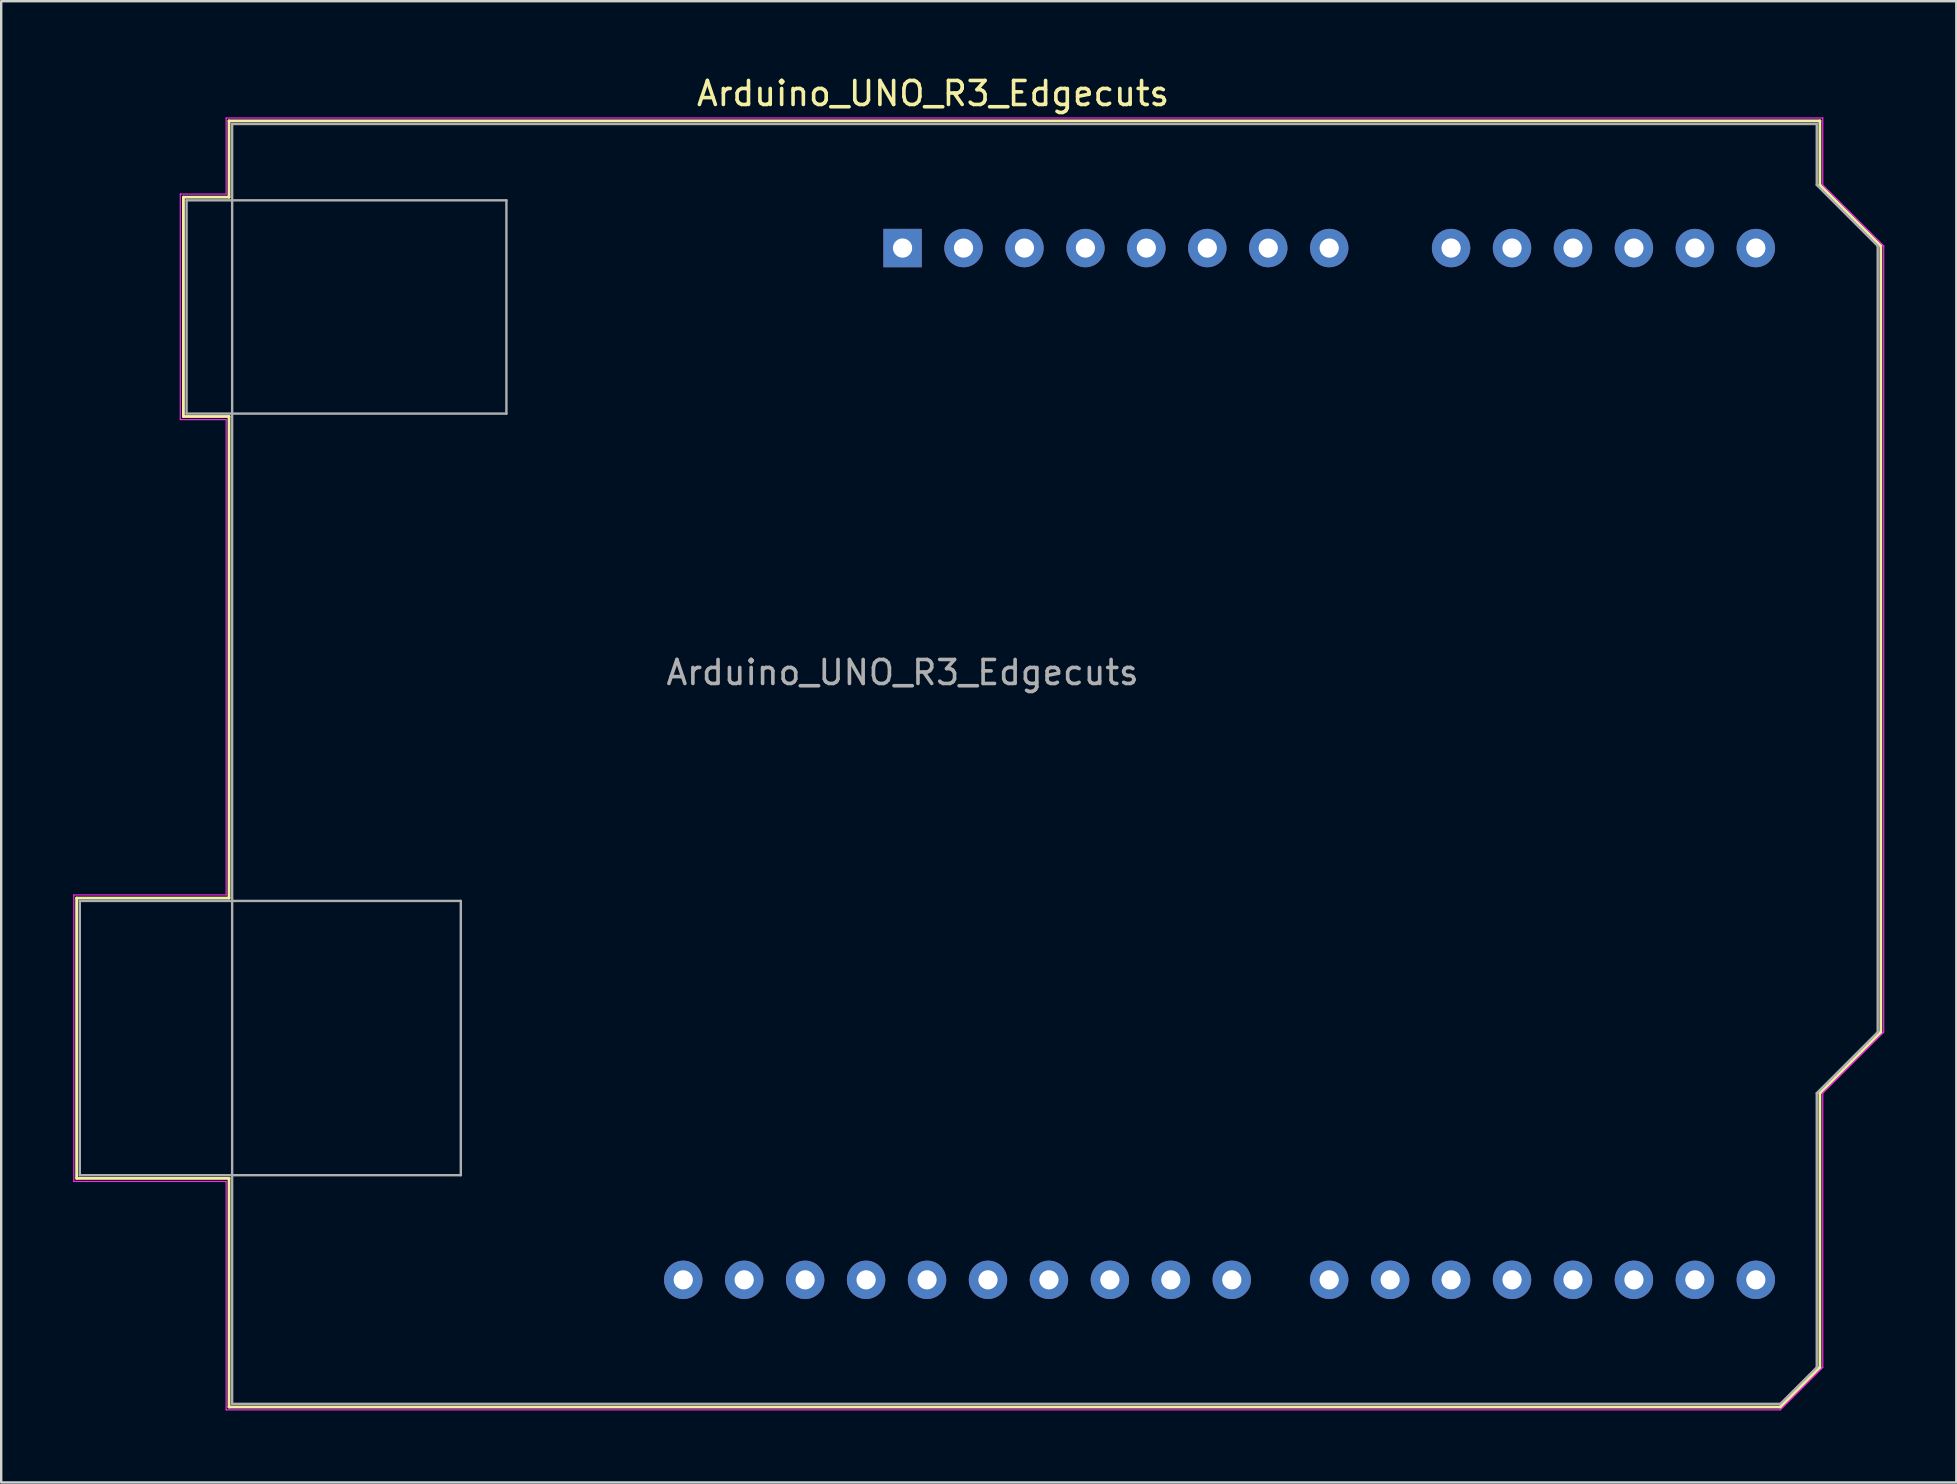
<source format=kicad_pcb>
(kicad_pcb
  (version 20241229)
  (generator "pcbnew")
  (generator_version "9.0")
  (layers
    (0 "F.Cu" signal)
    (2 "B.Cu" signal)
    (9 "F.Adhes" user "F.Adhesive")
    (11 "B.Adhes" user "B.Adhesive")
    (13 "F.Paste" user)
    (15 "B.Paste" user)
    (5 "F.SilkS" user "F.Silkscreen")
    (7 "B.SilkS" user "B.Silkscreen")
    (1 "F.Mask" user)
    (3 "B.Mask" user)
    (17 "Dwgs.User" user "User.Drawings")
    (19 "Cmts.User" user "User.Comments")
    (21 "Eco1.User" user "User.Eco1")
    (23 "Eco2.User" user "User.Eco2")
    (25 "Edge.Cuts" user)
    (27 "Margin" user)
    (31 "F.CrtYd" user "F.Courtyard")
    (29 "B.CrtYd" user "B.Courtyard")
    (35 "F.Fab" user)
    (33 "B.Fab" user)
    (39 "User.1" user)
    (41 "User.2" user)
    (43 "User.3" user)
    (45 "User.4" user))
  (footprint "Arduino_UNO_R3_Edgecuts"
    (layer "F.Cu")
    (at 34.565 4.658)
    (property "Reference" "Arduino_UNO_R3_Edgecuts" (at 1.27 -3.81 180) (layer "F.SilkS") (effects (font (size 1 1) (thickness 0.15))))
    (attr through_hole)
    (fp_line (start -34.42 29.72) (end -34.42 41.4) (stroke (width 0.12) (type solid)) (layer "F.SilkS"))
    (fp_line (start -34.42 41.4) (end -28.07 41.4) (stroke (width 0.12) (type solid)) (layer "F.SilkS"))
    (fp_line (start -29.97 0.51) (end -29.97 9.65) (stroke (width 0.12) (type solid)) (layer "F.SilkS"))
    (fp_line (start -29.97 9.65) (end -28.07 9.65) (stroke (width 0.12) (type solid)) (layer "F.SilkS"))
    (fp_line (start -28.07 -2.67) (end -28.07 0.51) (stroke (width 0.12) (type solid)) (layer "F.SilkS"))
    (fp_line (start -28.07 0.51) (end -29.97 0.51) (stroke (width 0.12) (type solid)) (layer "F.SilkS"))
    (fp_line (start -28.07 9.65) (end -28.07 29.72) (stroke (width 0.12) (type solid)) (layer "F.SilkS"))
    (fp_line (start -28.07 29.72) (end -34.42 29.72) (stroke (width 0.12) (type solid)) (layer "F.SilkS"))
    (fp_line (start -28.07 41.4) (end -28.07 50.93) (stroke (width 0.12) (type solid)) (layer "F.SilkS"))
    (fp_line (start -28.07 50.93) (end 36.58 50.93) (stroke (width 0.12) (type solid)) (layer "F.SilkS"))
    (fp_line (start 36.58 50.93) (end 38.23 49.28) (stroke (width 0.12) (type solid)) (layer "F.SilkS"))
    (fp_line (start 38.23 -2.67) (end -28.07 -2.67) (stroke (width 0.12) (type solid)) (layer "F.SilkS"))
    (fp_line (start 38.23 0) (end 38.23 -2.67) (stroke (width 0.12) (type solid)) (layer "F.SilkS"))
    (fp_line (start 38.23 37.85) (end 40.77 35.31) (stroke (width 0.12) (type solid)) (layer "F.SilkS"))
    (fp_line (start 38.23 49.28) (end 38.23 37.85) (stroke (width 0.12) (type solid)) (layer "F.SilkS"))
    (fp_line (start 40.77 2.54) (end 38.23 0) (stroke (width 0.12) (type solid)) (layer "F.SilkS"))
    (fp_line (start 40.77 35.31) (end 40.77 2.54) (stroke (width 0.12) (type solid)) (layer "F.SilkS"))
    (fp_line (start -34.54 29.59) (end -28.19 29.59) (stroke (width 0.05) (type solid)) (layer "F.CrtYd"))
    (fp_line (start -34.54 41.53) (end -34.54 29.59) (stroke (width 0.05) (type solid)) (layer "F.CrtYd"))
    (fp_line (start -30.1 0.38) (end -28.19 0.38) (stroke (width 0.05) (type solid)) (layer "F.CrtYd"))
    (fp_line (start -30.1 9.78) (end -30.1 0.38) (stroke (width 0.05) (type solid)) (layer "F.CrtYd"))
    (fp_line (start -28.19 -2.79) (end 38.35 -2.79) (stroke (width 0.05) (type solid)) (layer "F.CrtYd"))
    (fp_line (start -28.19 0.38) (end -28.19 -2.79) (stroke (width 0.05) (type solid)) (layer "F.CrtYd"))
    (fp_line (start -28.19 9.78) (end -30.1 9.78) (stroke (width 0.05) (type solid)) (layer "F.CrtYd"))
    (fp_line (start -28.19 29.59) (end -28.19 9.78) (stroke (width 0.05) (type solid)) (layer "F.CrtYd"))
    (fp_line (start -28.19 41.53) (end -34.54 41.53) (stroke (width 0.05) (type solid)) (layer "F.CrtYd"))
    (fp_line (start -28.19 51.05) (end -28.19 41.53) (stroke (width 0.05) (type solid)) (layer "F.CrtYd"))
    (fp_line (start 36.58 51.05) (end -28.19 51.05) (stroke (width 0.05) (type solid)) (layer "F.CrtYd"))
    (fp_line (start 38.35 -2.79) (end 38.35 0) (stroke (width 0.05) (type solid)) (layer "F.CrtYd"))
    (fp_line (start 38.35 0) (end 40.89 2.54) (stroke (width 0.05) (type solid)) (layer "F.CrtYd"))
    (fp_line (start 38.35 37.85) (end 38.35 49.28) (stroke (width 0.05) (type solid)) (layer "F.CrtYd"))
    (fp_line (start 38.35 49.28) (end 36.58 51.05) (stroke (width 0.05) (type solid)) (layer "F.CrtYd"))
    (fp_line (start 40.89 2.54) (end 40.89 35.31) (stroke (width 0.05) (type solid)) (layer "F.CrtYd"))
    (fp_line (start 40.89 35.31) (end 38.35 37.85) (stroke (width 0.05) (type solid)) (layer "F.CrtYd"))
    (fp_line (start -34.29 29.84) (end -18.41 29.84) (stroke (width 0.1) (type solid)) (layer "F.Fab"))
    (fp_line (start -34.29 41.27) (end -34.29 29.84) (stroke (width 0.1) (type solid)) (layer "F.Fab"))
    (fp_line (start -29.84 0.64) (end -16.51 0.64) (stroke (width 0.1) (type solid)) (layer "F.Fab"))
    (fp_line (start -29.84 9.53) (end -29.84 0.64) (stroke (width 0.1) (type solid)) (layer "F.Fab"))
    (fp_line (start -27.94 -2.54) (end 38.1 -2.54) (stroke (width 0.1) (type solid)) (layer "F.Fab"))
    (fp_line (start -27.94 50.8) (end -27.94 -2.54) (stroke (width 0.1) (type solid)) (layer "F.Fab"))
    (fp_line (start -18.41 29.84) (end -18.41 41.27) (stroke (width 0.1) (type solid)) (layer "F.Fab"))
    (fp_line (start -18.41 41.27) (end -34.29 41.27) (stroke (width 0.1) (type solid)) (layer "F.Fab"))
    (fp_line (start -16.51 0.64) (end -16.51 9.53) (stroke (width 0.1) (type solid)) (layer "F.Fab"))
    (fp_line (start -16.51 9.53) (end -29.84 9.53) (stroke (width 0.1) (type solid)) (layer "F.Fab"))
    (fp_line (start 36.58 50.8) (end -27.94 50.8) (stroke (width 0.1) (type solid)) (layer "F.Fab"))
    (fp_line (start 38.1 -2.54) (end 38.1 0) (stroke (width 0.1) (type solid)) (layer "F.Fab"))
    (fp_line (start 38.1 0) (end 40.64 2.54) (stroke (width 0.1) (type solid)) (layer "F.Fab"))
    (fp_line (start 38.1 37.85) (end 38.1 49.28) (stroke (width 0.1) (type solid)) (layer "F.Fab"))
    (fp_line (start 38.1 49.28) (end 36.58 50.8) (stroke (width 0.1) (type solid)) (layer "F.Fab"))
    (fp_line (start 40.64 2.54) (end 40.64 35.31) (stroke (width 0.1) (type solid)) (layer "F.Fab"))
    (fp_line (start 40.64 35.31) (end 38.1 37.85) (stroke (width 0.1) (type solid)) (layer "F.Fab"))
    (fp_text user "${REFERENCE}" (at 0 20.32 180) (layer "F.Fab") (effects (font (size 1 1) (thickness 0.15))))
    (pad "1" thru_hole rect (at 0 2.63 90) (size 1.6 1.6) (drill 0.8) (layers "*.Cu" "*.Mask"))
    (pad "2" thru_hole oval (at 2.54 2.63 90) (size 1.6 1.6) (drill 0.8) (layers "*.Cu" "*.Mask"))
    (pad "3" thru_hole oval (at 5.08 2.63 90) (size 1.6 1.6) (drill 0.8) (layers "*.Cu" "*.Mask"))
    (pad "4" thru_hole oval (at 7.62 2.63 90) (size 1.6 1.6) (drill 0.8) (layers "*.Cu" "*.Mask"))
    (pad "5" thru_hole oval (at 10.16 2.63 90) (size 1.6 1.6) (drill 0.8) (layers "*.Cu" "*.Mask"))
    (pad "6" thru_hole oval (at 12.7 2.63 90) (size 1.6 1.6) (drill 0.8) (layers "*.Cu" "*.Mask"))
    (pad "7" thru_hole oval (at 15.24 2.63 90) (size 1.6 1.6) (drill 0.8) (layers "*.Cu" "*.Mask"))
    (pad "8" thru_hole oval (at 17.78 2.63 90) (size 1.6 1.6) (drill 0.8) (layers "*.Cu" "*.Mask"))
    (pad "9" thru_hole oval (at 22.86 2.63 90) (size 1.6 1.6) (drill 0.8) (layers "*.Cu" "*.Mask"))
    (pad "10" thru_hole oval (at 25.4 2.63 90) (size 1.6 1.6) (drill 0.8) (layers "*.Cu" "*.Mask"))
    (pad "11" thru_hole oval (at 27.94 2.63 90) (size 1.6 1.6) (drill 0.8) (layers "*.Cu" "*.Mask"))
    (pad "12" thru_hole oval (at 30.48 2.63 90) (size 1.6 1.6) (drill 0.8) (layers "*.Cu" "*.Mask"))
    (pad "13" thru_hole oval (at 33.02 2.63 90) (size 1.6 1.6) (drill 0.8) (layers "*.Cu" "*.Mask"))
    (pad "14" thru_hole oval (at 35.56 2.63 90) (size 1.6 1.6) (drill 0.8) (layers "*.Cu" "*.Mask"))
    (pad "15" thru_hole oval (at 35.56 45.63 90) (size 1.6 1.6) (drill 0.8) (layers "*.Cu" "*.Mask"))
    (pad "16" thru_hole oval (at 33.02 45.63 90) (size 1.6 1.6) (drill 0.8) (layers "*.Cu" "*.Mask"))
    (pad "17" thru_hole oval (at 30.48 45.63 90) (size 1.6 1.6) (drill 0.8) (layers "*.Cu" "*.Mask"))
    (pad "18" thru_hole oval (at 27.94 45.63 90) (size 1.6 1.6) (drill 0.8) (layers "*.Cu" "*.Mask"))
    (pad "19" thru_hole oval (at 25.4 45.63 90) (size 1.6 1.6) (drill 0.8) (layers "*.Cu" "*.Mask"))
    (pad "20" thru_hole oval (at 22.86 45.63 90) (size 1.6 1.6) (drill 0.8) (layers "*.Cu" "*.Mask"))
    (pad "21" thru_hole oval (at 20.32 45.63 90) (size 1.6 1.6) (drill 0.8) (layers "*.Cu" "*.Mask"))
    (pad "22" thru_hole oval (at 17.78 45.63 90) (size 1.6 1.6) (drill 0.8) (layers "*.Cu" "*.Mask"))
    (pad "23" thru_hole oval (at 13.72 45.63 90) (size 1.6 1.6) (drill 0.8) (layers "*.Cu" "*.Mask"))
    (pad "24" thru_hole oval (at 11.18 45.63 90) (size 1.6 1.6) (drill 0.8) (layers "*.Cu" "*.Mask"))
    (pad "25" thru_hole oval (at 8.64 45.63 90) (size 1.6 1.6) (drill 0.8) (layers "*.Cu" "*.Mask"))
    (pad "26" thru_hole oval (at 6.1 45.63 90) (size 1.6 1.6) (drill 0.8) (layers "*.Cu" "*.Mask"))
    (pad "27" thru_hole oval (at 3.56 45.63 90) (size 1.6 1.6) (drill 0.8) (layers "*.Cu" "*.Mask"))
    (pad "28" thru_hole oval (at 1.02 45.63 90) (size 1.6 1.6) (drill 0.8) (layers "*.Cu" "*.Mask"))
    (pad "29" thru_hole oval (at -1.52 45.63 90) (size 1.6 1.6) (drill 0.8) (layers "*.Cu" "*.Mask"))
    (pad "30" thru_hole oval (at -4.06 45.63 90) (size 1.6 1.6) (drill 0.8) (layers "*.Cu" "*.Mask"))
    (pad "31" thru_hole oval (at -6.6 45.63 90) (size 1.6 1.6) (drill 0.8) (layers "*.Cu" "*.Mask"))
    (pad "32" thru_hole oval (at -9.14 45.63 90) (size 1.6 1.6) (drill 0.8) (layers "*.Cu" "*.Mask")))
  (gr_rect
    (start -3 -3)
    (end 78.48 58.733)
    (stroke (width 0.1) (type default))
    (fill no)
    (layer "Edge.Cuts")))
</source>
